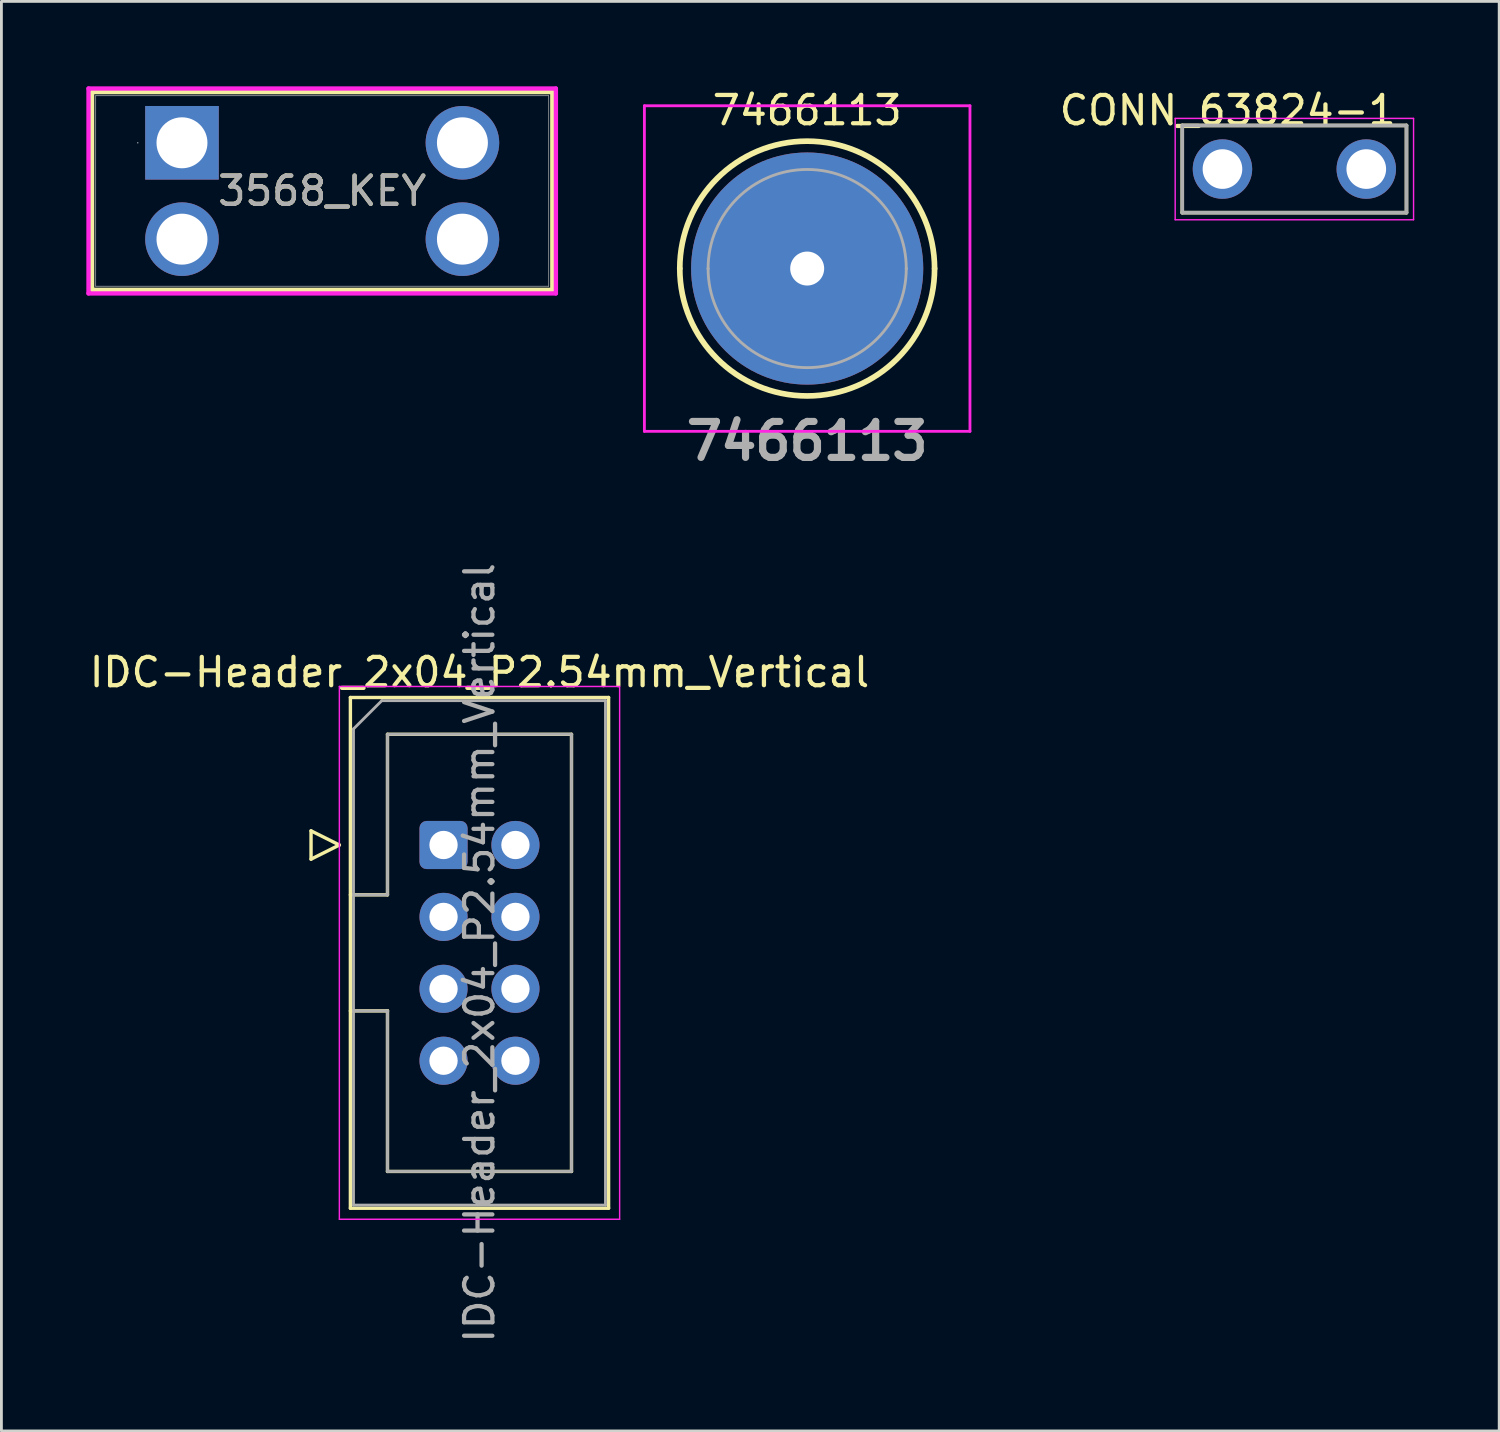
<source format=kicad_pcb>
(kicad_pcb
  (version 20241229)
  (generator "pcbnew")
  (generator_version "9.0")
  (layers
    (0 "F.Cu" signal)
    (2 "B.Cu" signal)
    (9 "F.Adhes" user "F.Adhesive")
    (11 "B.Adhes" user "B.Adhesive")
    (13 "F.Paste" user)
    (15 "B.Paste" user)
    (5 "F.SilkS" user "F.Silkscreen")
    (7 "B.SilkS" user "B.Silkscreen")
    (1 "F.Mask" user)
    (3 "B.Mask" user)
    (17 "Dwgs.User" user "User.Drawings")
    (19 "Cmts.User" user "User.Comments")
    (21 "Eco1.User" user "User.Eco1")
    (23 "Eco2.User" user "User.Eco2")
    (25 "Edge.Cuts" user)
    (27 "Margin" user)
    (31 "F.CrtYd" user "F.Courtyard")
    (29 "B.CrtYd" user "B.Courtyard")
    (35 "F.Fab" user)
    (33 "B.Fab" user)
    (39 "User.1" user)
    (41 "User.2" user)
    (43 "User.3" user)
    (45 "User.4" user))
  (footprint "3568_KEY"
    (layer "F.Cu")
    (at 3.378 1.994)
    (property "Reference" "3568_KEY" (at 4.953 1.702 0) (unlocked yes) (layer "F.SilkS") (effects (font (size 1 1) (thickness 0.15))))
    (attr through_hole)
    (fp_line (start -3.175 -1.791) (end -3.175 5.194) (stroke (width 0.152) (type solid)) (layer "F.SilkS"))
    (fp_line (start 13.081 -1.791) (end -3.175 -1.791) (stroke (width 0.152) (type solid)) (layer "F.SilkS"))
    (fp_line (start 13.081 -1.791) (end 13.081 5.194) (stroke (width 0.152) (type solid)) (layer "F.SilkS"))
    (fp_line (start 13.081 5.194) (end -3.175 5.194) (stroke (width 0.152) (type solid)) (layer "F.SilkS"))
    (fp_line (start -3.302 -1.918) (end 13.208 -1.918) (stroke (width 0.152) (type solid)) (layer "F.CrtYd"))
    (fp_line (start -3.302 5.321) (end -3.302 -1.918) (stroke (width 0.152) (type solid)) (layer "F.CrtYd"))
    (fp_line (start 13.208 -1.918) (end 13.208 5.321) (stroke (width 0.152) (type solid)) (layer "F.CrtYd"))
    (fp_line (start 13.208 5.321) (end -3.302 5.321) (stroke (width 0.152) (type solid)) (layer "F.CrtYd"))
    (fp_line (start -3.048 -1.664) (end -3.048 5.067) (stroke (width 0.025) (type solid)) (layer "F.Fab"))
    (fp_line (start 12.954 -1.664) (end -3.048 -1.664) (stroke (width 0.025) (type solid)) (layer "F.Fab"))
    (fp_line (start 12.954 -1.664) (end 12.954 5.067) (stroke (width 0.025) (type solid)) (layer "F.Fab"))
    (fp_line (start 12.954 5.067) (end -3.048 5.067) (stroke (width 0.025) (type solid)) (layer "F.Fab"))
    (fp_circle (center -1.562 0) (end -1.562 0) (stroke (width 0.025) (type solid)) (fill no) (layer "F.Fab"))
    (fp_text user "${REFERENCE}" (at 4.953 1.702 0) (unlocked yes) (layer "F.Fab") (effects (font (size 1 1) (thickness 0.15))))
    (pad "1" thru_hole rect (at 0 0) (size 2.6 2.6) (drill 1.8) (layers "*.Cu" "*.Mask"))
    (pad "2" thru_hole circle (at 0 3.404) (size 2.6 2.6) (drill 1.8) (layers "*.Cu" "*.Mask"))
    (pad "3" thru_hole circle (at 9.906 3.404) (size 2.6 2.6) (drill 1.8) (layers "*.Cu" "*.Mask"))
    (pad "4" thru_hole circle (at 9.906 0) (size 2.6 2.6) (drill 1.8) (layers "*.Cu" "*.Mask")))
  (footprint "CONN_63824-1"
    (layer "F.Cu")
    (at 42.671 2.922)
    (property "Reference" "CONN_63824-1" (at -2.355 -2.073 0) (layer "F.SilkS") (effects (font (size 1 1) (thickness 0.15))))
    (attr through_hole)
    (fp_line (start -3.96 -1.54) (end 3.96 -1.54) (stroke (width 0.127) (type solid)) (layer "F.SilkS"))
    (fp_line (start -3.96 1.54) (end -3.96 -1.54) (stroke (width 0.127) (type solid)) (layer "F.SilkS"))
    (fp_line (start 3.96 -1.54) (end 3.96 1.54) (stroke (width 0.127) (type solid)) (layer "F.SilkS"))
    (fp_line (start 3.96 1.54) (end -3.96 1.54) (stroke (width 0.127) (type solid)) (layer "F.SilkS"))
    (fp_line (start -4.21 -1.79) (end -4.21 1.79) (stroke (width 0.05) (type solid)) (layer "F.CrtYd"))
    (fp_line (start -4.21 1.79) (end 4.21 1.79) (stroke (width 0.05) (type solid)) (layer "F.CrtYd"))
    (fp_line (start 4.21 -1.79) (end -4.21 -1.79) (stroke (width 0.05) (type solid)) (layer "F.CrtYd"))
    (fp_line (start 4.21 1.79) (end 4.21 -1.79) (stroke (width 0.05) (type solid)) (layer "F.CrtYd"))
    (fp_line (start -3.96 -1.54) (end -3.96 1.54) (stroke (width 0.127) (type solid)) (layer "F.Fab"))
    (fp_line (start -3.96 1.54) (end 3.96 1.54) (stroke (width 0.127) (type solid)) (layer "F.Fab"))
    (fp_line (start 3.96 -1.54) (end -3.96 -1.54) (stroke (width 0.127) (type solid)) (layer "F.Fab"))
    (fp_line (start 3.96 1.54) (end 3.96 -1.54) (stroke (width 0.127) (type solid)) (layer "F.Fab"))
    (pad "1" thru_hole circle (at -2.54 0) (size 2.1 2.1) (drill 1.4) (layers "*.Cu" "*.Mask"))
    (pad "2" thru_hole circle (at 2.54 0) (size 2.1 2.1) (drill 1.4) (layers "*.Cu" "*.Mask")))
  (footprint "IDC-Header_2x04_P2.54mm_Vertical"
    (layer "F.Cu")
    (at 12.617 26.798)
    (property "Reference" "IDC-Header_2x04_P2.54mm_Vertical" (at 1.27 -6.1 0) (layer "F.SilkS") (effects (font (size 1 1) (thickness 0.15))))
    (attr through_hole)
    (fp_line (start -4.68 -0.5) (end -4.68 0.5) (stroke (width 0.12) (type solid)) (layer "F.SilkS"))
    (fp_line (start -4.68 0.5) (end -3.68 0) (stroke (width 0.12) (type solid)) (layer "F.SilkS"))
    (fp_line (start -3.68 0) (end -4.68 -0.5) (stroke (width 0.12) (type solid)) (layer "F.SilkS"))
    (fp_line (start -3.29 -5.21) (end 5.83 -5.21) (stroke (width 0.12) (type solid)) (layer "F.SilkS"))
    (fp_line (start -3.29 1.76) (end -1.98 1.76) (stroke (width 0.12) (type solid)) (layer "F.SilkS"))
    (fp_line (start -3.29 12.83) (end -3.29 -5.21) (stroke (width 0.12) (type solid)) (layer "F.SilkS"))
    (fp_line (start -1.98 -3.91) (end 4.52 -3.91) (stroke (width 0.12) (type solid)) (layer "F.SilkS"))
    (fp_line (start -1.98 1.76) (end -1.98 -3.91) (stroke (width 0.12) (type solid)) (layer "F.SilkS"))
    (fp_line (start -1.98 5.86) (end -3.29 5.86) (stroke (width 0.12) (type solid)) (layer "F.SilkS"))
    (fp_line (start -1.98 5.86) (end -1.98 5.86) (stroke (width 0.12) (type solid)) (layer "F.SilkS"))
    (fp_line (start -1.98 11.53) (end -1.98 5.86) (stroke (width 0.12) (type solid)) (layer "F.SilkS"))
    (fp_line (start 4.52 -3.91) (end 4.52 11.53) (stroke (width 0.12) (type solid)) (layer "F.SilkS"))
    (fp_line (start 4.52 11.53) (end -1.98 11.53) (stroke (width 0.12) (type solid)) (layer "F.SilkS"))
    (fp_line (start 5.83 -5.21) (end 5.83 12.83) (stroke (width 0.12) (type solid)) (layer "F.SilkS"))
    (fp_line (start 5.83 12.83) (end -3.29 12.83) (stroke (width 0.12) (type solid)) (layer "F.SilkS"))
    (fp_line (start -3.68 -5.6) (end -3.68 13.22) (stroke (width 0.05) (type solid)) (layer "F.CrtYd"))
    (fp_line (start -3.68 13.22) (end 6.22 13.22) (stroke (width 0.05) (type solid)) (layer "F.CrtYd"))
    (fp_line (start 6.22 -5.6) (end -3.68 -5.6) (stroke (width 0.05) (type solid)) (layer "F.CrtYd"))
    (fp_line (start 6.22 13.22) (end 6.22 -5.6) (stroke (width 0.05) (type solid)) (layer "F.CrtYd"))
    (fp_line (start -3.18 -4.1) (end -2.18 -5.1) (stroke (width 0.1) (type solid)) (layer "F.Fab"))
    (fp_line (start -3.18 1.76) (end -1.98 1.76) (stroke (width 0.1) (type solid)) (layer "F.Fab"))
    (fp_line (start -3.18 12.72) (end -3.18 -4.1) (stroke (width 0.1) (type solid)) (layer "F.Fab"))
    (fp_line (start -2.18 -5.1) (end 5.72 -5.1) (stroke (width 0.1) (type solid)) (layer "F.Fab"))
    (fp_line (start -1.98 -3.91) (end 4.52 -3.91) (stroke (width 0.1) (type solid)) (layer "F.Fab"))
    (fp_line (start -1.98 1.76) (end -1.98 -3.91) (stroke (width 0.1) (type solid)) (layer "F.Fab"))
    (fp_line (start -1.98 5.86) (end -3.18 5.86) (stroke (width 0.1) (type solid)) (layer "F.Fab"))
    (fp_line (start -1.98 5.86) (end -1.98 5.86) (stroke (width 0.1) (type solid)) (layer "F.Fab"))
    (fp_line (start -1.98 11.53) (end -1.98 5.86) (stroke (width 0.1) (type solid)) (layer "F.Fab"))
    (fp_line (start 4.52 -3.91) (end 4.52 11.53) (stroke (width 0.1) (type solid)) (layer "F.Fab"))
    (fp_line (start 4.52 11.53) (end -1.98 11.53) (stroke (width 0.1) (type solid)) (layer "F.Fab"))
    (fp_line (start 5.72 -5.1) (end 5.72 12.72) (stroke (width 0.1) (type solid)) (layer "F.Fab"))
    (fp_line (start 5.72 12.72) (end -3.18 12.72) (stroke (width 0.1) (type solid)) (layer "F.Fab"))
    (fp_text user "${REFERENCE}" (at 1.27 3.81 90) (layer "F.Fab") (effects (font (size 1 1) (thickness 0.15))))
    (pad "1" thru_hole roundrect (at 0 0) (size 1.7 1.7) (drill 1) (layers "*.Cu" "*.Mask") (roundrect_rratio 0.147))
    (pad "2" thru_hole circle (at 2.54 0) (size 1.7 1.7) (drill 1) (layers "*.Cu" "*.Mask"))
    (pad "3" thru_hole circle (at 0 2.54) (size 1.7 1.7) (drill 1) (layers "*.Cu" "*.Mask"))
    (pad "4" thru_hole circle (at 2.54 2.54) (size 1.7 1.7) (drill 1) (layers "*.Cu" "*.Mask"))
    (pad "5" thru_hole circle (at 0 5.08) (size 1.7 1.7) (drill 1) (layers "*.Cu" "*.Mask"))
    (pad "6" thru_hole circle (at 2.54 5.08) (size 1.7 1.7) (drill 1) (layers "*.Cu" "*.Mask"))
    (pad "7" thru_hole circle (at 0 7.62) (size 1.7 1.7) (drill 1) (layers "*.Cu" "*.Mask"))
    (pad "8" thru_hole circle (at 2.54 7.62) (size 1.7 1.7) (drill 1) (layers "*.Cu" "*.Mask")))
  (footprint "7466113"
    (layer "F.Cu")
    (at 25.462 6.436)
    (property "Reference" "7466113" (at 0 -5.588 0) (layer "F.SilkS") (effects (font (size 1 1) (thickness 0.15))))
    (attr smd)
    (fp_arc (start -4.5 0) (mid 0 -4.5) (end 4.5 0) (stroke (width 0.2) (type solid)) (layer "F.SilkS"))
    (fp_arc (start 4.5 0) (mid 0 4.5) (end -4.5 0) (stroke (width 0.2) (type solid)) (layer "F.SilkS"))
    (fp_line (start -5.75 -5.75) (end 5.75 -5.75) (stroke (width 0.1) (type solid)) (layer "F.CrtYd"))
    (fp_line (start -5.75 5.75) (end -5.75 -5.75) (stroke (width 0.1) (type solid)) (layer "F.CrtYd"))
    (fp_line (start 5.75 -5.75) (end 5.75 5.75) (stroke (width 0.1) (type solid)) (layer "F.CrtYd"))
    (fp_line (start 5.75 5.75) (end -5.75 5.75) (stroke (width 0.1) (type solid)) (layer "F.CrtYd"))
    (fp_line (start -3.5 0) (end -3.5 0) (stroke (width 0.1) (type solid)) (layer "F.Fab"))
    (fp_line (start 3.5 0) (end 3.5 0) (stroke (width 0.1) (type solid)) (layer "F.Fab"))
    (fp_arc (start -3.5 0) (mid 0 -3.5) (end 3.5 0) (stroke (width 0.1) (type solid)) (layer "F.Fab"))
    (fp_arc (start 3.5 0) (mid 0 3.5) (end -3.5 0) (stroke (width 0.1) (type solid)) (layer "F.Fab"))
    (fp_text user "${REFERENCE}" (at 0 6.096 0) (layer "F.Fab") (effects (font (size 1.27 1.27) (thickness 0.254))))
    (pad "1" thru_hole circle (at 0 0) (size 8.2 8.2) (drill 1.2) (layers "*.Cu" "*.Mask")))
  (gr_rect
    (start -3 -3)
    (end 49.906 47.495)
    (stroke (width 0.1) (type default))
    (fill no)
    (layer "Edge.Cuts")))
</source>
